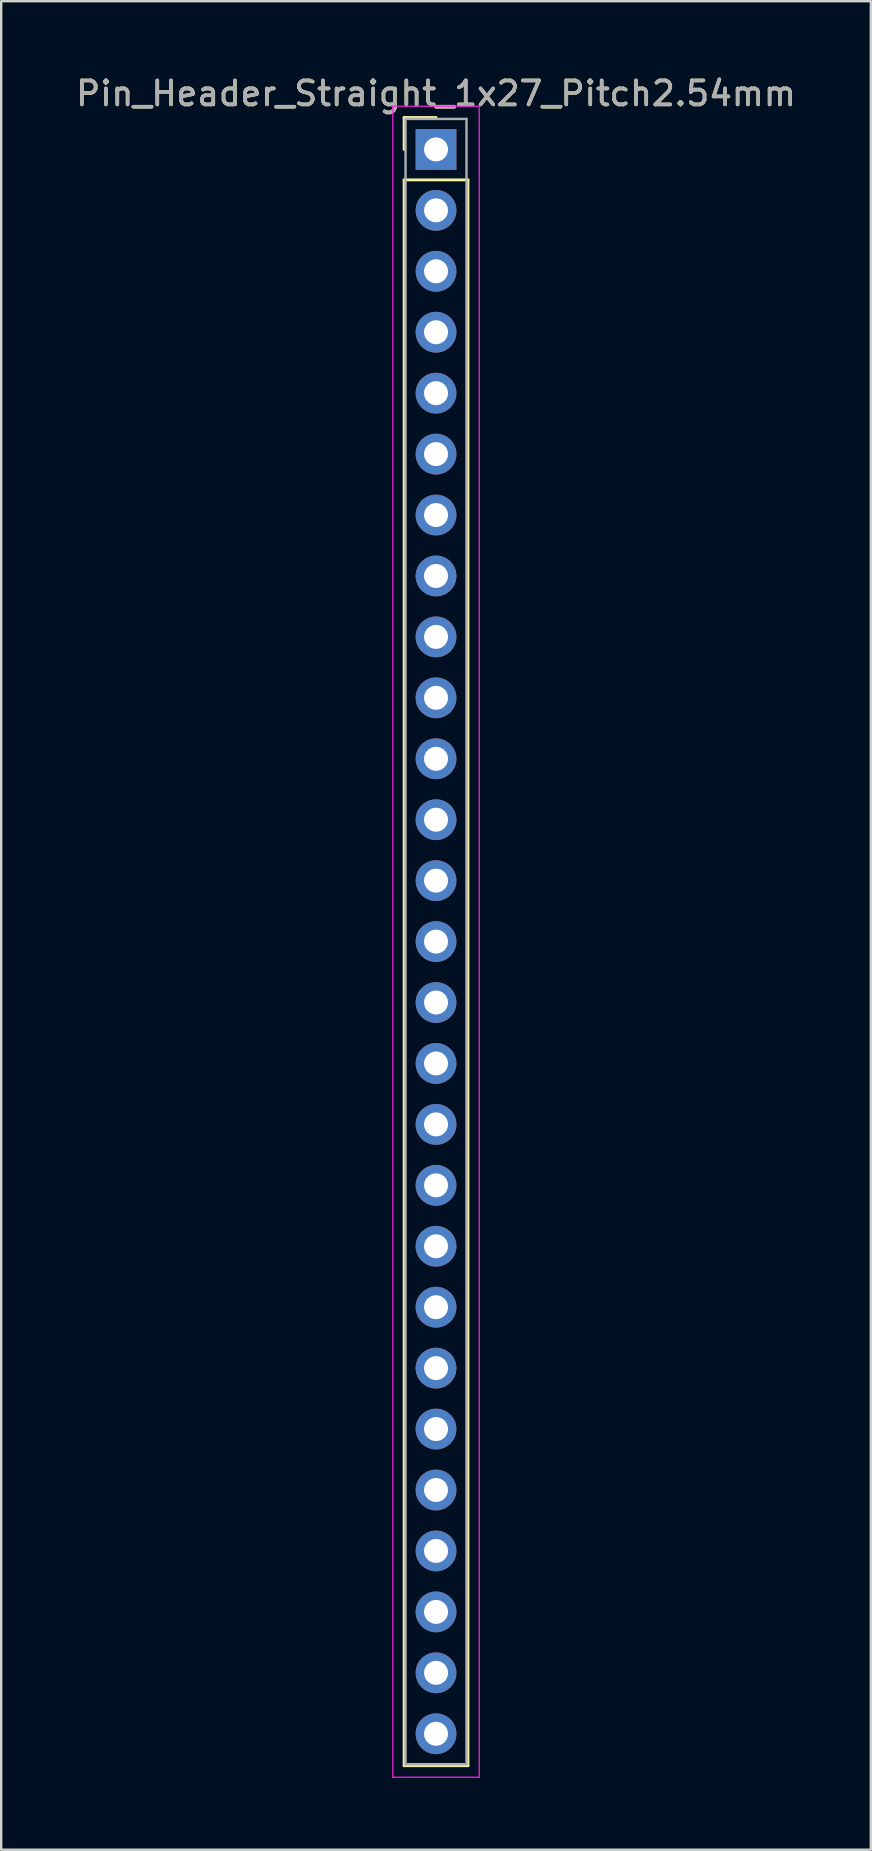
<source format=kicad_pcb>
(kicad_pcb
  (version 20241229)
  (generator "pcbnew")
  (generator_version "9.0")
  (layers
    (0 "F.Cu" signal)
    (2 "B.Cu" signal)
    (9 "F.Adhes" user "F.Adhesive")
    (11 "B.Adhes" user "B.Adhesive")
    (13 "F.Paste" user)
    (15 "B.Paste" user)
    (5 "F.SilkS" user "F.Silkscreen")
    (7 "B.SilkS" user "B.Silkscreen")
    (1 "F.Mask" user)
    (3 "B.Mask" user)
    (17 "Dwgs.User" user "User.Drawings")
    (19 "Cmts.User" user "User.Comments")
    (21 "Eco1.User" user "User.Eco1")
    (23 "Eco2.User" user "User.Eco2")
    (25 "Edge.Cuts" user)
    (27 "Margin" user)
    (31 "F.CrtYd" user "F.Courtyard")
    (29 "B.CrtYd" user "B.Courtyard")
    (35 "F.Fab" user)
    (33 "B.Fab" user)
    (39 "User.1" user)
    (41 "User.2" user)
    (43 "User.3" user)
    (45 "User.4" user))
  (footprint "Pin_Header_Straight_1x27_Pitch2.54mm"
    (layer "F.Cu")
    (at 15.125 3.178)
    (property "Reference" "Pin_Header_Straight_1x27_Pitch2.54mm" (at 0 -2.33 0) (layer "F.SilkS") (effects (font (size 1 1) (thickness 0.15))))
    (attr through_hole)
    (fp_line (start -1.33 -1.33) (end 0 -1.33) (stroke (width 0.12) (type solid)) (layer "F.SilkS"))
    (fp_line (start -1.33 0) (end -1.33 -1.33) (stroke (width 0.12) (type solid)) (layer "F.SilkS"))
    (fp_line (start -1.33 1.27) (end -1.33 67.37) (stroke (width 0.12) (type solid)) (layer "F.SilkS"))
    (fp_line (start -1.33 67.37) (end 1.33 67.37) (stroke (width 0.12) (type solid)) (layer "F.SilkS"))
    (fp_line (start 1.33 1.27) (end -1.33 1.27) (stroke (width 0.12) (type solid)) (layer "F.SilkS"))
    (fp_line (start 1.33 67.37) (end 1.33 1.27) (stroke (width 0.12) (type solid)) (layer "F.SilkS"))
    (fp_line (start -1.8 -1.8) (end -1.8 67.85) (stroke (width 0.05) (type solid)) (layer "F.CrtYd"))
    (fp_line (start -1.8 67.85) (end 1.8 67.85) (stroke (width 0.05) (type solid)) (layer "F.CrtYd"))
    (fp_line (start 1.8 -1.8) (end -1.8 -1.8) (stroke (width 0.05) (type solid)) (layer "F.CrtYd"))
    (fp_line (start 1.8 67.85) (end 1.8 -1.8) (stroke (width 0.05) (type solid)) (layer "F.CrtYd"))
    (fp_line (start -1.27 -1.27) (end -1.27 67.31) (stroke (width 0.1) (type solid)) (layer "F.Fab"))
    (fp_line (start -1.27 67.31) (end 1.27 67.31) (stroke (width 0.1) (type solid)) (layer "F.Fab"))
    (fp_line (start 1.27 -1.27) (end -1.27 -1.27) (stroke (width 0.1) (type solid)) (layer "F.Fab"))
    (fp_line (start 1.27 67.31) (end 1.27 -1.27) (stroke (width 0.1) (type solid)) (layer "F.Fab"))
    (fp_text user "${REFERENCE}" (at 0 -2.33 0) (layer "F.Fab") (effects (font (size 1 1) (thickness 0.15))))
    (pad "1" thru_hole rect (at 0 0) (size 1.7 1.7) (drill 1) (layers "*.Cu" "*.Mask"))
    (pad "2" thru_hole oval (at 0 2.54) (size 1.7 1.7) (drill 1) (layers "*.Cu" "*.Mask"))
    (pad "3" thru_hole oval (at 0 5.08) (size 1.7 1.7) (drill 1) (layers "*.Cu" "*.Mask"))
    (pad "4" thru_hole oval (at 0 7.62) (size 1.7 1.7) (drill 1) (layers "*.Cu" "*.Mask"))
    (pad "5" thru_hole oval (at 0 10.16) (size 1.7 1.7) (drill 1) (layers "*.Cu" "*.Mask"))
    (pad "6" thru_hole oval (at 0 12.7) (size 1.7 1.7) (drill 1) (layers "*.Cu" "*.Mask"))
    (pad "7" thru_hole oval (at 0 15.24) (size 1.7 1.7) (drill 1) (layers "*.Cu" "*.Mask"))
    (pad "8" thru_hole oval (at 0 17.78) (size 1.7 1.7) (drill 1) (layers "*.Cu" "*.Mask"))
    (pad "9" thru_hole oval (at 0 20.32) (size 1.7 1.7) (drill 1) (layers "*.Cu" "*.Mask"))
    (pad "10" thru_hole oval (at 0 22.86) (size 1.7 1.7) (drill 1) (layers "*.Cu" "*.Mask"))
    (pad "11" thru_hole oval (at 0 25.4) (size 1.7 1.7) (drill 1) (layers "*.Cu" "*.Mask"))
    (pad "12" thru_hole oval (at 0 27.94) (size 1.7 1.7) (drill 1) (layers "*.Cu" "*.Mask"))
    (pad "13" thru_hole oval (at 0 30.48) (size 1.7 1.7) (drill 1) (layers "*.Cu" "*.Mask"))
    (pad "14" thru_hole oval (at 0 33.02) (size 1.7 1.7) (drill 1) (layers "*.Cu" "*.Mask"))
    (pad "15" thru_hole oval (at 0 35.56) (size 1.7 1.7) (drill 1) (layers "*.Cu" "*.Mask"))
    (pad "16" thru_hole oval (at 0 38.1) (size 1.7 1.7) (drill 1) (layers "*.Cu" "*.Mask"))
    (pad "17" thru_hole oval (at 0 40.64) (size 1.7 1.7) (drill 1) (layers "*.Cu" "*.Mask"))
    (pad "18" thru_hole oval (at 0 43.18) (size 1.7 1.7) (drill 1) (layers "*.Cu" "*.Mask"))
    (pad "19" thru_hole oval (at 0 45.72) (size 1.7 1.7) (drill 1) (layers "*.Cu" "*.Mask"))
    (pad "20" thru_hole oval (at 0 48.26) (size 1.7 1.7) (drill 1) (layers "*.Cu" "*.Mask"))
    (pad "21" thru_hole oval (at 0 50.8) (size 1.7 1.7) (drill 1) (layers "*.Cu" "*.Mask"))
    (pad "22" thru_hole oval (at 0 53.34) (size 1.7 1.7) (drill 1) (layers "*.Cu" "*.Mask"))
    (pad "23" thru_hole oval (at 0 55.88) (size 1.7 1.7) (drill 1) (layers "*.Cu" "*.Mask"))
    (pad "24" thru_hole oval (at 0 58.42) (size 1.7 1.7) (drill 1) (layers "*.Cu" "*.Mask"))
    (pad "25" thru_hole oval (at 0 60.96) (size 1.7 1.7) (drill 1) (layers "*.Cu" "*.Mask"))
    (pad "26" thru_hole oval (at 0 63.5) (size 1.7 1.7) (drill 1) (layers "*.Cu" "*.Mask"))
    (pad "27" thru_hole oval (at 0 66.04) (size 1.7 1.7) (drill 1) (layers "*.Cu" "*.Mask")))
  (gr_rect
    (start -3 -3)
    (end 33.25 74.053)
    (stroke (width 0.1) (type default))
    (fill no)
    (layer "Edge.Cuts")))
</source>
